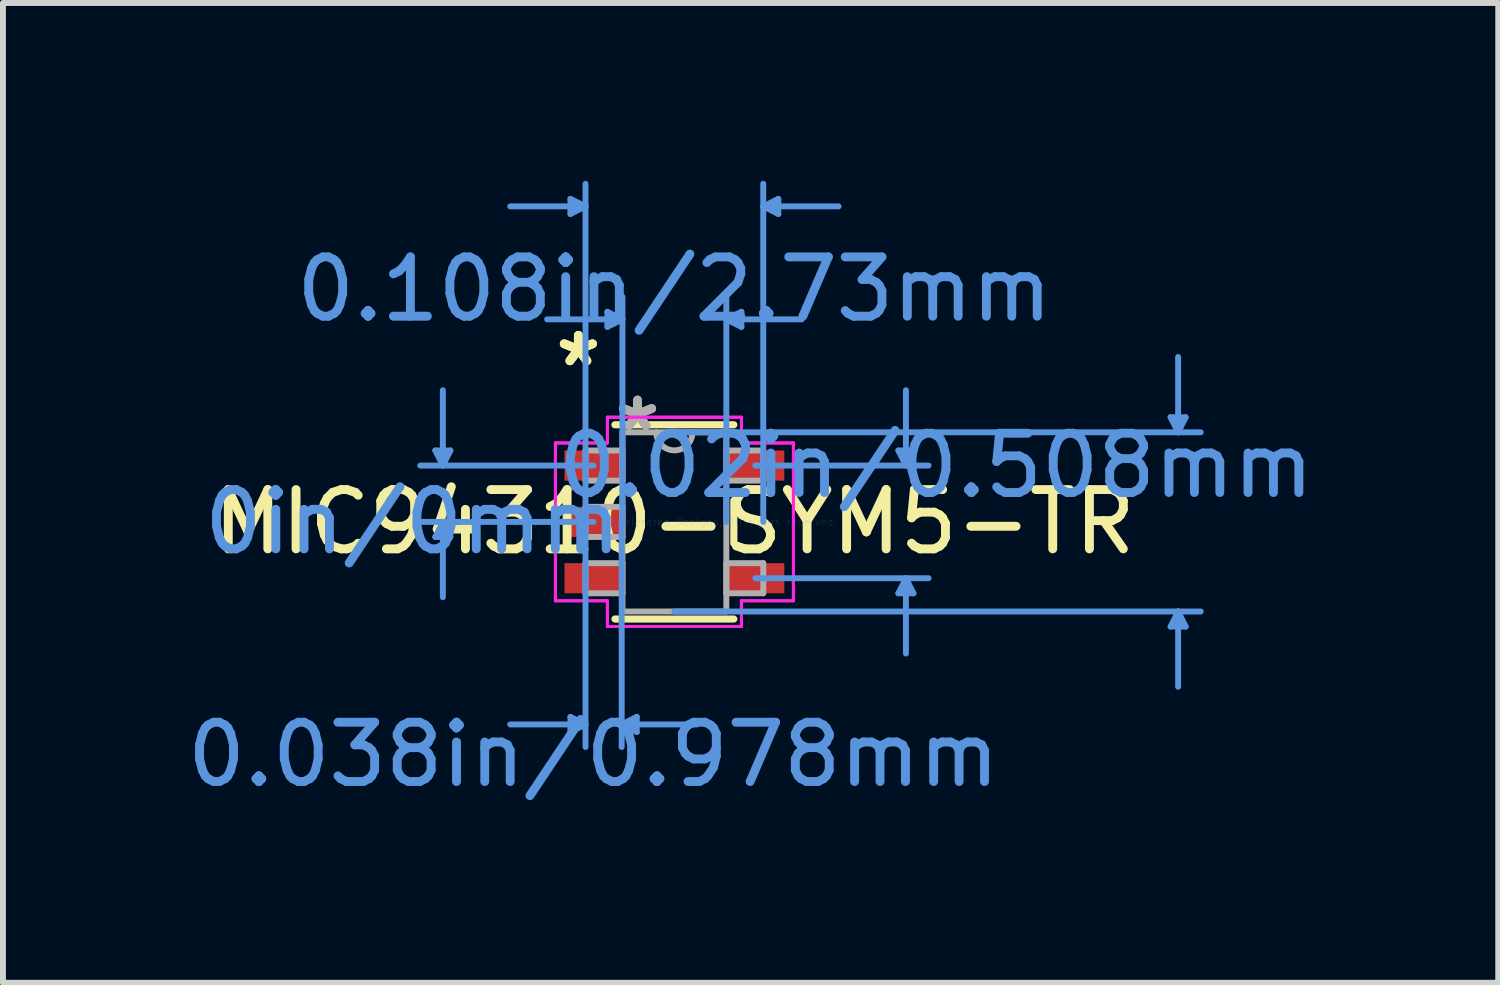
<source format=kicad_pcb>
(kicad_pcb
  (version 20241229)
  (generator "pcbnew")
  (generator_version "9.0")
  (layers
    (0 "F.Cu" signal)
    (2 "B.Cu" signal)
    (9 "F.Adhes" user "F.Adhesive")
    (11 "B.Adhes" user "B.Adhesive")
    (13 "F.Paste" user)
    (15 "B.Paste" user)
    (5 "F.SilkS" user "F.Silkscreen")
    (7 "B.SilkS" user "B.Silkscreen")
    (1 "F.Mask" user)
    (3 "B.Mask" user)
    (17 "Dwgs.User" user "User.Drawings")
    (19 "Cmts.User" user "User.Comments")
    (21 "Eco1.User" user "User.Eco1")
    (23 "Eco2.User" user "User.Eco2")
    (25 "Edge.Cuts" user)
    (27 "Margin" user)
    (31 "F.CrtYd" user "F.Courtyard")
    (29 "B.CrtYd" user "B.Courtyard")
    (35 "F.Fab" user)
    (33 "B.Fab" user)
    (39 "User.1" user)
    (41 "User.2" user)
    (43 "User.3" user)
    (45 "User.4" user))
  (footprint "MIC94310-SYM5-TR"
    (layer "F.Cu")
    (at 8.324 5.752)
    (property "Reference" "MIC94310-SYM5-TR" (at 0 0 0) (layer "F.SilkS") (effects (font (size 1 1) (thickness 0.15))))
    (attr through_hole)
    (fp_line (start -1.003 1.638) (end 1.003 1.638) (stroke (width 0.12) (type solid)) (layer "F.SilkS"))
    (fp_line (start 1.003 -1.638) (end -1.003 -1.638) (stroke (width 0.12) (type solid)) (layer "F.SilkS"))
    (fp_line (start 1.003 0.363) (end 1.003 -0.363) (stroke (width 0.12) (type solid)) (layer "F.SilkS"))
    (fp_line (start -4.032 -1.204) (end -3.778 -1.204) (stroke (width 0.1) (type solid)) (layer "Cmts.User"))
    (fp_line (start -4.032 0.254) (end -3.778 0.254) (stroke (width 0.1) (type solid)) (layer "Cmts.User"))
    (fp_line (start -3.905 -0.95) (end -4.032 -1.204) (stroke (width 0.1) (type solid)) (layer "Cmts.User"))
    (fp_line (start -3.905 -0.95) (end -3.905 -2.22) (stroke (width 0.1) (type solid)) (layer "Cmts.User"))
    (fp_line (start -3.905 -0.95) (end -3.778 -1.204) (stroke (width 0.1) (type solid)) (layer "Cmts.User"))
    (fp_line (start -3.905 0) (end -4.032 0.254) (stroke (width 0.1) (type solid)) (layer "Cmts.User"))
    (fp_line (start -3.905 0) (end -3.905 1.27) (stroke (width 0.1) (type solid)) (layer "Cmts.User"))
    (fp_line (start -3.905 0) (end -3.778 0.254) (stroke (width 0.1) (type solid)) (layer "Cmts.User"))
    (fp_line (start -1.753 -5.448) (end -1.753 -5.194) (stroke (width 0.1) (type solid)) (layer "Cmts.User"))
    (fp_line (start -1.753 3.289) (end -1.753 3.543) (stroke (width 0.1) (type solid)) (layer "Cmts.User"))
    (fp_line (start -1.499 -5.321) (end -2.769 -5.321) (stroke (width 0.1) (type solid)) (layer "Cmts.User"))
    (fp_line (start -1.499 -5.321) (end -1.753 -5.448) (stroke (width 0.1) (type solid)) (layer "Cmts.User"))
    (fp_line (start -1.499 -5.321) (end -1.753 -5.194) (stroke (width 0.1) (type solid)) (layer "Cmts.User"))
    (fp_line (start -1.499 0) (end -1.499 -5.702) (stroke (width 0.1) (type solid)) (layer "Cmts.User"))
    (fp_line (start -1.499 0) (end -1.499 3.797) (stroke (width 0.1) (type solid)) (layer "Cmts.User"))
    (fp_line (start -1.499 3.416) (end -2.769 3.416) (stroke (width 0.1) (type solid)) (layer "Cmts.User"))
    (fp_line (start -1.499 3.416) (end -1.753 3.289) (stroke (width 0.1) (type solid)) (layer "Cmts.User"))
    (fp_line (start -1.499 3.416) (end -1.753 3.543) (stroke (width 0.1) (type solid)) (layer "Cmts.User"))
    (fp_line (start -1.365 -0.95) (end -4.286 -0.95) (stroke (width 0.1) (type solid)) (layer "Cmts.User"))
    (fp_line (start -1.365 0) (end -4.286 0) (stroke (width 0.1) (type solid)) (layer "Cmts.User"))
    (fp_line (start -1.13 -3.543) (end -1.13 -3.289) (stroke (width 0.1) (type solid)) (layer "Cmts.User"))
    (fp_line (start -0.889 0) (end -0.889 3.797) (stroke (width 0.1) (type solid)) (layer "Cmts.User"))
    (fp_line (start -0.889 3.416) (end -0.635 3.289) (stroke (width 0.1) (type solid)) (layer "Cmts.User"))
    (fp_line (start -0.889 3.416) (end -0.635 3.543) (stroke (width 0.1) (type solid)) (layer "Cmts.User"))
    (fp_line (start -0.889 3.416) (end 0.381 3.416) (stroke (width 0.1) (type solid)) (layer "Cmts.User"))
    (fp_line (start -0.876 -3.416) (end -2.146 -3.416) (stroke (width 0.1) (type solid)) (layer "Cmts.User"))
    (fp_line (start -0.876 -3.416) (end -1.13 -3.543) (stroke (width 0.1) (type solid)) (layer "Cmts.User"))
    (fp_line (start -0.876 -3.416) (end -1.13 -3.289) (stroke (width 0.1) (type solid)) (layer "Cmts.User"))
    (fp_line (start -0.876 0) (end -0.876 -3.797) (stroke (width 0.1) (type solid)) (layer "Cmts.User"))
    (fp_line (start -0.635 3.289) (end -0.635 3.543) (stroke (width 0.1) (type solid)) (layer "Cmts.User"))
    (fp_line (start 0 -1.511) (end 8.877 -1.511) (stroke (width 0.1) (type solid)) (layer "Cmts.User"))
    (fp_line (start 0 1.511) (end 8.877 1.511) (stroke (width 0.1) (type solid)) (layer "Cmts.User"))
    (fp_line (start 0.876 -3.416) (end 1.13 -3.543) (stroke (width 0.1) (type solid)) (layer "Cmts.User"))
    (fp_line (start 0.876 -3.416) (end 1.13 -3.289) (stroke (width 0.1) (type solid)) (layer "Cmts.User"))
    (fp_line (start 0.876 -3.416) (end 2.146 -3.416) (stroke (width 0.1) (type solid)) (layer "Cmts.User"))
    (fp_line (start 0.876 0) (end 0.876 -3.797) (stroke (width 0.1) (type solid)) (layer "Cmts.User"))
    (fp_line (start 1.13 -3.543) (end 1.13 -3.289) (stroke (width 0.1) (type solid)) (layer "Cmts.User"))
    (fp_line (start 1.365 -0.95) (end 4.286 -0.95) (stroke (width 0.1) (type solid)) (layer "Cmts.User"))
    (fp_line (start 1.365 0.95) (end 4.286 0.95) (stroke (width 0.1) (type solid)) (layer "Cmts.User"))
    (fp_line (start 1.499 -5.321) (end 1.753 -5.448) (stroke (width 0.1) (type solid)) (layer "Cmts.User"))
    (fp_line (start 1.499 -5.321) (end 1.753 -5.194) (stroke (width 0.1) (type solid)) (layer "Cmts.User"))
    (fp_line (start 1.499 -5.321) (end 2.769 -5.321) (stroke (width 0.1) (type solid)) (layer "Cmts.User"))
    (fp_line (start 1.499 0) (end 1.499 -5.702) (stroke (width 0.1) (type solid)) (layer "Cmts.User"))
    (fp_line (start 1.753 -5.448) (end 1.753 -5.194) (stroke (width 0.1) (type solid)) (layer "Cmts.User"))
    (fp_line (start 3.778 -1.204) (end 4.032 -1.204) (stroke (width 0.1) (type solid)) (layer "Cmts.User"))
    (fp_line (start 3.778 1.204) (end 4.032 1.204) (stroke (width 0.1) (type solid)) (layer "Cmts.User"))
    (fp_line (start 3.905 -0.95) (end 3.778 -1.204) (stroke (width 0.1) (type solid)) (layer "Cmts.User"))
    (fp_line (start 3.905 -0.95) (end 3.905 -2.22) (stroke (width 0.1) (type solid)) (layer "Cmts.User"))
    (fp_line (start 3.905 -0.95) (end 4.032 -1.204) (stroke (width 0.1) (type solid)) (layer "Cmts.User"))
    (fp_line (start 3.905 0.95) (end 3.778 1.204) (stroke (width 0.1) (type solid)) (layer "Cmts.User"))
    (fp_line (start 3.905 0.95) (end 3.905 2.22) (stroke (width 0.1) (type solid)) (layer "Cmts.User"))
    (fp_line (start 3.905 0.95) (end 4.032 1.204) (stroke (width 0.1) (type solid)) (layer "Cmts.User"))
    (fp_line (start 8.369 -1.765) (end 8.623 -1.765) (stroke (width 0.1) (type solid)) (layer "Cmts.User"))
    (fp_line (start 8.369 1.765) (end 8.623 1.765) (stroke (width 0.1) (type solid)) (layer "Cmts.User"))
    (fp_line (start 8.496 -1.511) (end 8.369 -1.765) (stroke (width 0.1) (type solid)) (layer "Cmts.User"))
    (fp_line (start 8.496 -1.511) (end 8.496 -2.781) (stroke (width 0.1) (type solid)) (layer "Cmts.User"))
    (fp_line (start 8.496 -1.511) (end 8.623 -1.765) (stroke (width 0.1) (type solid)) (layer "Cmts.User"))
    (fp_line (start 8.496 1.511) (end 8.369 1.765) (stroke (width 0.1) (type solid)) (layer "Cmts.User"))
    (fp_line (start 8.496 1.511) (end 8.496 2.781) (stroke (width 0.1) (type solid)) (layer "Cmts.User"))
    (fp_line (start 8.496 1.511) (end 8.623 1.765) (stroke (width 0.1) (type solid)) (layer "Cmts.User"))
    (fp_line (start -2.007 -1.331) (end -1.13 -1.331) (stroke (width 0.05) (type solid)) (layer "F.CrtYd"))
    (fp_line (start -2.007 -1.331) (end -1.13 -1.331) (stroke (width 0.05) (type solid)) (layer "F.CrtYd"))
    (fp_line (start -2.007 1.331) (end -2.007 -1.331) (stroke (width 0.05) (type solid)) (layer "F.CrtYd"))
    (fp_line (start -2.007 1.331) (end -2.007 -1.331) (stroke (width 0.05) (type solid)) (layer "F.CrtYd"))
    (fp_line (start -1.13 -1.765) (end 1.13 -1.765) (stroke (width 0.05) (type solid)) (layer "F.CrtYd"))
    (fp_line (start -1.13 -1.765) (end 1.13 -1.765) (stroke (width 0.05) (type solid)) (layer "F.CrtYd"))
    (fp_line (start -1.13 -1.331) (end -1.13 -1.765) (stroke (width 0.05) (type solid)) (layer "F.CrtYd"))
    (fp_line (start -1.13 -1.331) (end -1.13 -1.765) (stroke (width 0.05) (type solid)) (layer "F.CrtYd"))
    (fp_line (start -1.13 1.331) (end -2.007 1.331) (stroke (width 0.05) (type solid)) (layer "F.CrtYd"))
    (fp_line (start -1.13 1.331) (end -2.007 1.331) (stroke (width 0.05) (type solid)) (layer "F.CrtYd"))
    (fp_line (start -1.13 1.765) (end -1.13 1.331) (stroke (width 0.05) (type solid)) (layer "F.CrtYd"))
    (fp_line (start -1.13 1.765) (end -1.13 1.331) (stroke (width 0.05) (type solid)) (layer "F.CrtYd"))
    (fp_line (start 1.13 -1.765) (end 1.13 -1.331) (stroke (width 0.05) (type solid)) (layer "F.CrtYd"))
    (fp_line (start 1.13 -1.765) (end 1.13 -1.331) (stroke (width 0.05) (type solid)) (layer "F.CrtYd"))
    (fp_line (start 1.13 -1.331) (end 2.007 -1.331) (stroke (width 0.05) (type solid)) (layer "F.CrtYd"))
    (fp_line (start 1.13 -1.331) (end 2.007 -1.331) (stroke (width 0.05) (type solid)) (layer "F.CrtYd"))
    (fp_line (start 1.13 1.331) (end 1.13 1.765) (stroke (width 0.05) (type solid)) (layer "F.CrtYd"))
    (fp_line (start 1.13 1.331) (end 1.13 1.765) (stroke (width 0.05) (type solid)) (layer "F.CrtYd"))
    (fp_line (start 1.13 1.765) (end -1.13 1.765) (stroke (width 0.05) (type solid)) (layer "F.CrtYd"))
    (fp_line (start 1.13 1.765) (end -1.13 1.765) (stroke (width 0.05) (type solid)) (layer "F.CrtYd"))
    (fp_line (start 2.007 -1.331) (end 2.007 1.331) (stroke (width 0.05) (type solid)) (layer "F.CrtYd"))
    (fp_line (start 2.007 -1.331) (end 2.007 1.331) (stroke (width 0.05) (type solid)) (layer "F.CrtYd"))
    (fp_line (start 2.007 1.331) (end 1.13 1.331) (stroke (width 0.05) (type solid)) (layer "F.CrtYd"))
    (fp_line (start 2.007 1.331) (end 1.13 1.331) (stroke (width 0.05) (type solid)) (layer "F.CrtYd"))
    (fp_line (start -1.499 -1.204) (end -1.499 -0.696) (stroke (width 0.1) (type solid)) (layer "F.Fab"))
    (fp_line (start -1.499 -0.696) (end -0.876 -0.696) (stroke (width 0.1) (type solid)) (layer "F.Fab"))
    (fp_line (start -1.499 -0.254) (end -1.499 0.254) (stroke (width 0.1) (type solid)) (layer "F.Fab"))
    (fp_line (start -1.499 0.254) (end -0.876 0.254) (stroke (width 0.1) (type solid)) (layer "F.Fab"))
    (fp_line (start -1.499 0.696) (end -1.499 1.204) (stroke (width 0.1) (type solid)) (layer "F.Fab"))
    (fp_line (start -1.499 1.204) (end -0.876 1.204) (stroke (width 0.1) (type solid)) (layer "F.Fab"))
    (fp_line (start -0.876 -1.511) (end -0.876 1.511) (stroke (width 0.1) (type solid)) (layer "F.Fab"))
    (fp_line (start -0.876 -1.204) (end -1.499 -1.204) (stroke (width 0.1) (type solid)) (layer "F.Fab"))
    (fp_line (start -0.876 -0.696) (end -0.876 -1.204) (stroke (width 0.1) (type solid)) (layer "F.Fab"))
    (fp_line (start -0.876 -0.254) (end -1.499 -0.254) (stroke (width 0.1) (type solid)) (layer "F.Fab"))
    (fp_line (start -0.876 0.254) (end -0.876 -0.254) (stroke (width 0.1) (type solid)) (layer "F.Fab"))
    (fp_line (start -0.876 0.696) (end -1.499 0.696) (stroke (width 0.1) (type solid)) (layer "F.Fab"))
    (fp_line (start -0.876 1.204) (end -0.876 0.696) (stroke (width 0.1) (type solid)) (layer "F.Fab"))
    (fp_line (start -0.876 1.511) (end 0.876 1.511) (stroke (width 0.1) (type solid)) (layer "F.Fab"))
    (fp_line (start 0.876 -1.511) (end -0.876 -1.511) (stroke (width 0.1) (type solid)) (layer "F.Fab"))
    (fp_line (start 0.876 -1.204) (end 0.876 -0.696) (stroke (width 0.1) (type solid)) (layer "F.Fab"))
    (fp_line (start 0.876 -0.696) (end 1.499 -0.696) (stroke (width 0.1) (type solid)) (layer "F.Fab"))
    (fp_line (start 0.876 0.696) (end 0.876 1.204) (stroke (width 0.1) (type solid)) (layer "F.Fab"))
    (fp_line (start 0.876 1.204) (end 1.499 1.204) (stroke (width 0.1) (type solid)) (layer "F.Fab"))
    (fp_line (start 0.876 1.511) (end 0.876 -1.511) (stroke (width 0.1) (type solid)) (layer "F.Fab"))
    (fp_line (start 1.499 -1.204) (end 0.876 -1.204) (stroke (width 0.1) (type solid)) (layer "F.Fab"))
    (fp_line (start 1.499 -0.696) (end 1.499 -1.204) (stroke (width 0.1) (type solid)) (layer "F.Fab"))
    (fp_line (start 1.499 0.696) (end 0.876 0.696) (stroke (width 0.1) (type solid)) (layer "F.Fab"))
    (fp_line (start 1.499 1.204) (end 1.499 0.696) (stroke (width 0.1) (type solid)) (layer "F.Fab"))
    (fp_arc (start 0.3048 -1.5113) (mid 0 -1.2065) (end -0.3048 -1.5113) (stroke (width 0.1) (type solid)) (layer "F.Fab"))
    (fp_text user "*" (at -1.619 -2.601 0) (layer "F.SilkS") (effects (font (size 1 1) (thickness 0.15))))
    (fp_text user "*" (at -1.619 -2.601 0) (layer "F.SilkS") (effects (font (size 1 1) (thickness 0.15))))
    (fp_text user "0.108in/2.73mm" (at 0 -3.924 0) (layer "Cmts.User") (effects (font (size 1 1) (thickness 0.15))))
    (fp_text user "0in/0mm" (at -4.413 0 0) (layer "Cmts.User") (effects (font (size 1 1) (thickness 0.15))))
    (fp_text user "Copyright 2021 Accelerated Designs. All rights reserved." (at 0 0 0) (layer "Cmts.User") (effects (font (size 0.127 0.127) (thickness 0.002))))
    (fp_text user "0.02in/0.508mm" (at 4.413 -0.95 0) (layer "Cmts.User") (effects (font (size 1 1) (thickness 0.15))))
    (fp_text user "0.038in/0.978mm" (at -1.365 3.924 0) (layer "Cmts.User") (effects (font (size 1 1) (thickness 0.15))))
    (fp_text user "*" (at -0.622 -1.509 0) (layer "F.Fab") (effects (font (size 1 1) (thickness 0.15))))
    (fp_text user "*" (at -0.622 -1.509 0) (layer "F.Fab") (effects (font (size 1 1) (thickness 0.15))))
    (pad "1" smd rect (at -1.365 -0.95) (size 0.978 0.508) (layers "F.Cu" "F.Mask" "F.Paste"))
    (pad "2" smd rect (at -1.365 0) (size 0.978 0.508) (layers "F.Cu" "F.Mask" "F.Paste"))
    (pad "3" smd rect (at -1.365 0.95) (size 0.978 0.508) (layers "F.Cu" "F.Mask" "F.Paste"))
    (pad "4" smd rect (at 1.365 0.95) (size 0.978 0.508) (layers "F.Cu" "F.Mask" "F.Paste"))
    (pad "5" smd rect (at 1.365 -0.95) (size 0.978 0.508) (layers "F.Cu" "F.Mask" "F.Paste")))
  (gr_rect
    (start -3 -3)
    (end 22.219 13.525)
    (stroke (width 0.1) (type default))
    (fill no)
    (layer "Edge.Cuts")))
</source>
